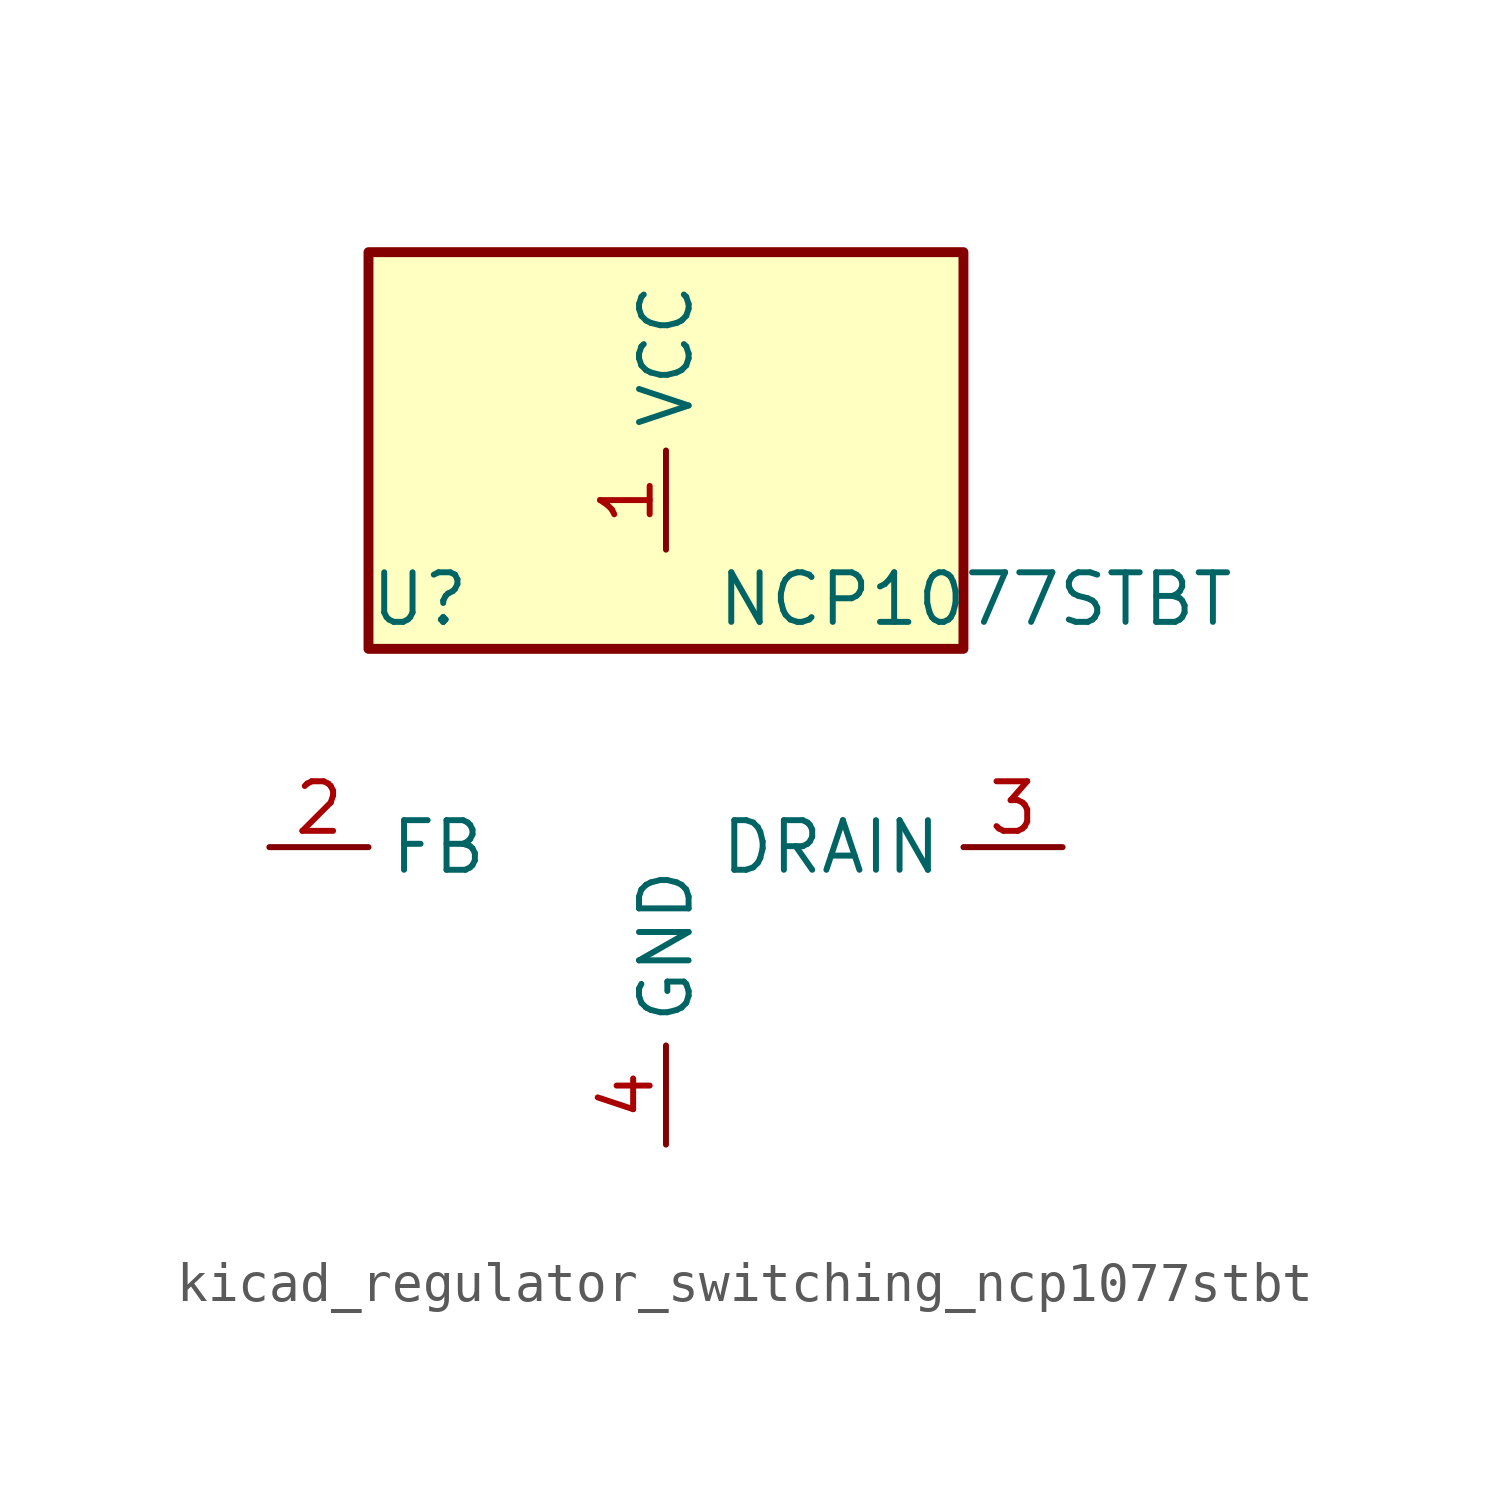
<source format=kicad_sym>
(kicad_symbol_lib
  (version 20220914)
  (generator kicad_symbol_editor)
  (symbol "kicad_regulator_switching_ncp1077stbt"
    (property "Reference" "U"
      (at -7.62 6.35 0)
      (effects (font (size 1.27 1.27)) (justify left)))
    (property "Value" "NCP1077STBT"
      (at 1.27 6.35 0)
      (effects (font (size 1.27 1.27)) (justify left)))
    (symbol "kicad_regulator_switching_ncp1077stbt_0_1"
      (rectangle (start 7.62 15.24) (end -7.62 5.08) (stroke (width 0.254) (type default)) (fill (type background))))
    (symbol "kicad_regulator_switching_ncp1077stbt_1_1"
      (pin power_in line (at 0 7.62 90) (length 2.54) (name "VCC" (effects (font (size 1.27 1.27)))) (number "1" (effects (font (size 1.27 1.27)))))
      (pin input line (at -10.16 0 0) (length 2.54) (name "FB" (effects (font (size 1.27 1.27)))) (number "2" (effects (font (size 1.27 1.27)))))
      (pin open_collector line (at 10.16 0 180) (length 2.54) (name "DRAIN" (effects (font (size 1.27 1.27)))) (number "3" (effects (font (size 1.27 1.27)))))
      (pin power_in line (at 0 -7.62 90) (length 2.54) (name "GND" (effects (font (size 1.27 1.27)))) (number "4" (effects (font (size 1.27 1.27))))))))
</source>
